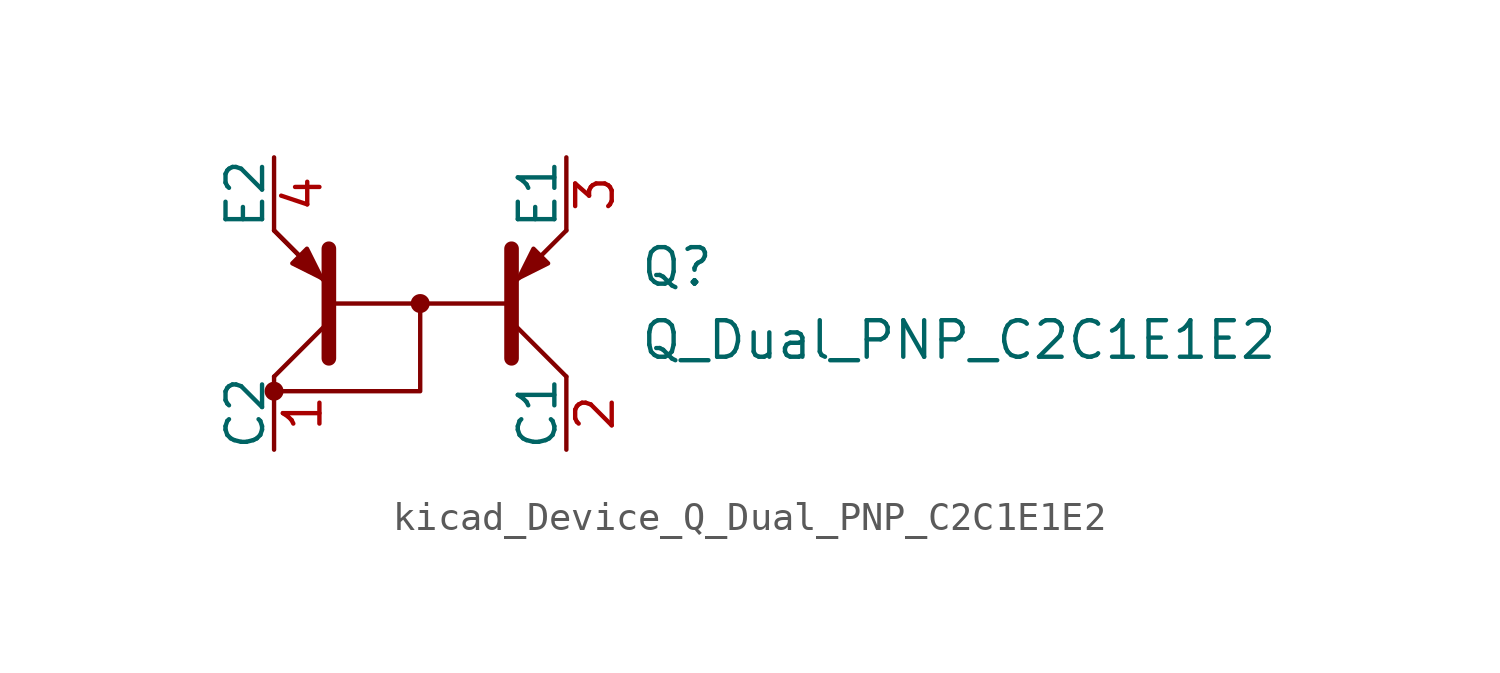
<source format=kicad_sym>
(kicad_symbol_lib
  (version 20220914)
  (generator kicad_symbol_editor)
  (symbol "kicad_Device_Q_Dual_PNP_C2C1E1E2"
    (pin_names
      (offset 0))
    (property "Reference" "Q"
      (at 7.62 1.27 0)
      (effects (font (size 1.27 1.27)) (justify left)))
    (property "Value" "Q_Dual_PNP_C2C1E1E2"
      (at 7.62 -1.27 0)
      (effects (font (size 1.27 1.27)) (justify left)))
    (symbol "kicad_Device_Q_Dual_PNP_C2C1E1E2_0_1"
      (circle (center -5.08 -3.048) (radius 0.254) (stroke (width 0) (type default)) (fill (type outline)))
      (polyline (pts (xy -5.08 -2.54) (xy -3.175 -0.635)) (stroke (width 0) (type default)) (fill (type none)))
      (polyline (pts (xy -5.08 2.54) (xy -3.175 0.635)) (stroke (width 0) (type default)) (fill (type none)))
      (polyline (pts (xy -5.08 2.54) (xy -3.175 0.635)) (stroke (width 0) (type default)) (fill (type none)))
      (polyline (pts (xy 3.175 0) (xy -3.175 0)) (stroke (width 0) (type default)) (fill (type none)))
      (polyline (pts (xy 5.08 -2.54) (xy 3.175 -0.635)) (stroke (width 0) (type default)) (fill (type none)))
      (polyline (pts (xy 5.08 2.54) (xy 3.175 0.635)) (stroke (width 0) (type default)) (fill (type none)))
      (polyline (pts (xy -3.175 -1.905) (xy -3.175 1.905) (xy -3.175 1.905)) (stroke (width 0.508) (type default)) (fill (type outline)))
      (polyline (pts (xy 0 0) (xy 0 -3.048) (xy -5.08 -3.048)) (stroke (width 0) (type default)) (fill (type none)))
      (polyline (pts (xy 3.175 -1.905) (xy 3.175 1.905) (xy 3.175 1.905)) (stroke (width 0.508) (type default)) (fill (type outline)))
      (polyline (pts (xy -3.937 1.905) (xy -4.445 1.397) (xy -3.429 0.889) (xy -3.937 1.905) (xy -3.937 1.905)) (stroke (width 0) (type default)) (fill (type outline)))
      (polyline (pts (xy 3.937 1.905) (xy 4.445 1.397) (xy 3.429 0.889) (xy 3.937 1.905) (xy 3.937 1.905)) (stroke (width 0) (type default)) (fill (type outline)))
      (circle (center 0 0) (radius 0.254) (stroke (width 0) (type default)) (fill (type outline))))
    (symbol "kicad_Device_Q_Dual_PNP_C2C1E1E2_1_1"
      (pin passive line (at -5.08 -5.08 90) (length 2.54) (name "C2" (effects (font (size 1.27 1.27)))) (number "1" (effects (font (size 1.27 1.27)))))
      (pin passive line (at 5.08 -5.08 90) (length 2.54) (name "C1" (effects (font (size 1.27 1.27)))) (number "2" (effects (font (size 1.27 1.27)))))
      (pin passive line (at 5.08 5.08 270) (length 2.54) (name "E1" (effects (font (size 1.27 1.27)))) (number "3" (effects (font (size 1.27 1.27)))))
      (pin passive line (at -5.08 5.08 270) (length 2.54) (name "E2" (effects (font (size 1.27 1.27)))) (number "4" (effects (font (size 1.27 1.27))))))))
</source>
